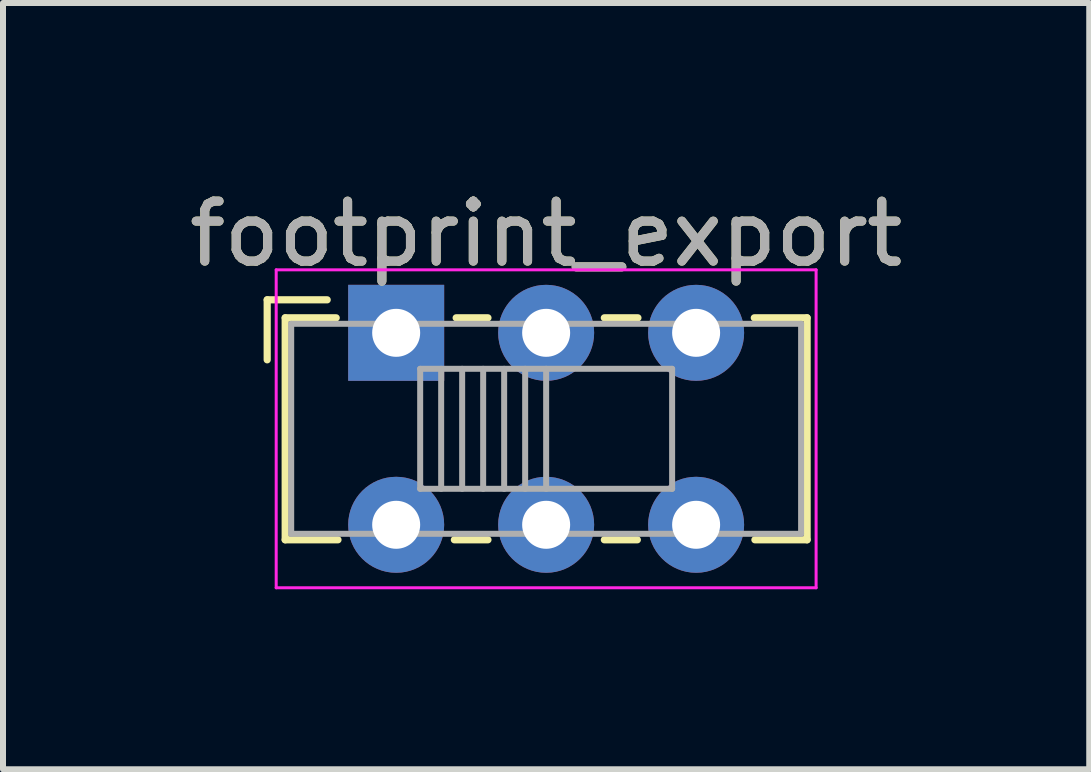
<source format=kicad_pcb>
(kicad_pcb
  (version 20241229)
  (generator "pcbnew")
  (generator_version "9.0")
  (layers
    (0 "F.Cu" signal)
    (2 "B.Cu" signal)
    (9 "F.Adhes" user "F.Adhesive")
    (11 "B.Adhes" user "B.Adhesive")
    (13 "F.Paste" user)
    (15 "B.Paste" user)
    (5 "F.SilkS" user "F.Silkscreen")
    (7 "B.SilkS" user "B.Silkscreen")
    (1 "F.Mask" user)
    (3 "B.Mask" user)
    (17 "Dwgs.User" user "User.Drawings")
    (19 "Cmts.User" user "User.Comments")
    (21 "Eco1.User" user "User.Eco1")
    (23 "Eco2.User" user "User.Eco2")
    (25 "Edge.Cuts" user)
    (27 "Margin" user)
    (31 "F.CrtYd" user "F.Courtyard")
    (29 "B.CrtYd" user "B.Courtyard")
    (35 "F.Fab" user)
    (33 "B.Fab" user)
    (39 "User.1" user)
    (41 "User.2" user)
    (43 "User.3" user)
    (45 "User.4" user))
  (footprint "footprint_export"
    (layer "F.Cu")
    (at 3.554 2.498)
    (property "Reference" "footprint_export" (at 2.5 -1.65 0) (layer "F.SilkS") (effects (font (size 1 1) (thickness 0.15))))
    (attr through_hole)
    (fp_line (start -2.15 -0.55) (end -1.15 -0.55) (stroke (width 0.12) (type solid)) (layer "F.SilkS"))
    (fp_line (start -2.15 0.45) (end -2.15 -0.55) (stroke (width 0.12) (type solid)) (layer "F.SilkS"))
    (fp_line (start -1.85 -0.25) (end -1 -0.25) (stroke (width 0.12) (type solid)) (layer "F.SilkS"))
    (fp_line (start -1.85 3.45) (end -1.85 -0.25) (stroke (width 0.12) (type solid)) (layer "F.SilkS"))
    (fp_line (start -0.97 3.45) (end -1.85 3.45) (stroke (width 0.12) (type solid)) (layer "F.SilkS"))
    (fp_line (start 1 -0.25) (end 1.53 -0.25) (stroke (width 0.12) (type solid)) (layer "F.SilkS"))
    (fp_line (start 1.53 3.45) (end 0.97 3.45) (stroke (width 0.12) (type solid)) (layer "F.SilkS"))
    (fp_line (start 3.47 -0.25) (end 4.03 -0.25) (stroke (width 0.12) (type solid)) (layer "F.SilkS"))
    (fp_line (start 4.02 3.45) (end 3.47 3.45) (stroke (width 0.12) (type solid)) (layer "F.SilkS"))
    (fp_line (start 5.97 -0.25) (end 6.85 -0.25) (stroke (width 0.12) (type solid)) (layer "F.SilkS"))
    (fp_line (start 6.85 -0.25) (end 6.85 3.45) (stroke (width 0.12) (type solid)) (layer "F.SilkS"))
    (fp_line (start 6.85 3.45) (end 5.98 3.45) (stroke (width 0.12) (type solid)) (layer "F.SilkS"))
    (fp_line (start -2 -1.05) (end 7 -1.05) (stroke (width 0.05) (type solid)) (layer "F.CrtYd"))
    (fp_line (start -2 4.25) (end -2 -1.05) (stroke (width 0.05) (type solid)) (layer "F.CrtYd"))
    (fp_line (start 7 -1.05) (end 7 4.25) (stroke (width 0.05) (type solid)) (layer "F.CrtYd"))
    (fp_line (start 7 4.25) (end -2 4.25) (stroke (width 0.05) (type solid)) (layer "F.CrtYd"))
    (fp_line (start -1.75 -0.15) (end -1.75 3.35) (stroke (width 0.1) (type solid)) (layer "F.Fab"))
    (fp_line (start -1.75 -0.15) (end 6.75 -0.15) (stroke (width 0.1) (type solid)) (layer "F.Fab"))
    (fp_line (start 0.4 0.6) (end 0.4 2.6) (stroke (width 0.1) (type solid)) (layer "F.Fab"))
    (fp_line (start 0.4 0.6) (end 4.6 0.6) (stroke (width 0.1) (type solid)) (layer "F.Fab"))
    (fp_line (start 0.75 0.6) (end 0.75 2.6) (stroke (width 0.1) (type solid)) (layer "F.Fab"))
    (fp_line (start 1.1 0.6) (end 1.1 2.6) (stroke (width 0.1) (type solid)) (layer "F.Fab"))
    (fp_line (start 1.45 0.6) (end 1.45 2.6) (stroke (width 0.1) (type solid)) (layer "F.Fab"))
    (fp_line (start 1.8 0.6) (end 1.8 2.6) (stroke (width 0.1) (type solid)) (layer "F.Fab"))
    (fp_line (start 2.15 0.6) (end 2.15 2.6) (stroke (width 0.1) (type solid)) (layer "F.Fab"))
    (fp_line (start 2.5 0.6) (end 2.5 2.6) (stroke (width 0.1) (type solid)) (layer "F.Fab"))
    (fp_line (start 4.6 0.6) (end 4.6 2.6) (stroke (width 0.1) (type solid)) (layer "F.Fab"))
    (fp_line (start 4.6 2.6) (end 0.4 2.6) (stroke (width 0.1) (type solid)) (layer "F.Fab"))
    (fp_line (start 6.75 -0.15) (end 6.75 3.35) (stroke (width 0.1) (type solid)) (layer "F.Fab"))
    (fp_line (start 6.75 3.35) (end -1.75 3.35) (stroke (width 0.1) (type solid)) (layer "F.Fab"))
    (fp_text user "${REFERENCE}" (at 2.5 -1.65 0) (layer "F.Fab") (effects (font (size 1 1) (thickness 0.15))))
    (pad "1" thru_hole rect (at 0 0) (size 1.6 1.6) (drill 0.8) (layers "*.Cu" "*.Mask"))
    (pad "2" thru_hole circle (at 2.5 0) (size 1.6 1.6) (drill 0.8) (layers "*.Cu" "*.Mask"))
    (pad "3" thru_hole circle (at 5 0) (size 1.6 1.6) (drill 0.8) (layers "*.Cu" "*.Mask"))
    (pad "4" thru_hole circle (at 0 3.2) (size 1.6 1.6) (drill 0.8) (layers "*.Cu" "*.Mask"))
    (pad "5" thru_hole circle (at 2.5 3.2) (size 1.6 1.6) (drill 0.8) (layers "*.Cu" "*.Mask"))
    (pad "6" thru_hole circle (at 5 3.2) (size 1.6 1.6) (drill 0.8) (layers "*.Cu" "*.Mask")))
  (gr_rect
    (start -3 -3)
    (end 15.107 9.773)
    (stroke (width 0.1) (type default))
    (fill no)
    (layer "Edge.Cuts")))
</source>
